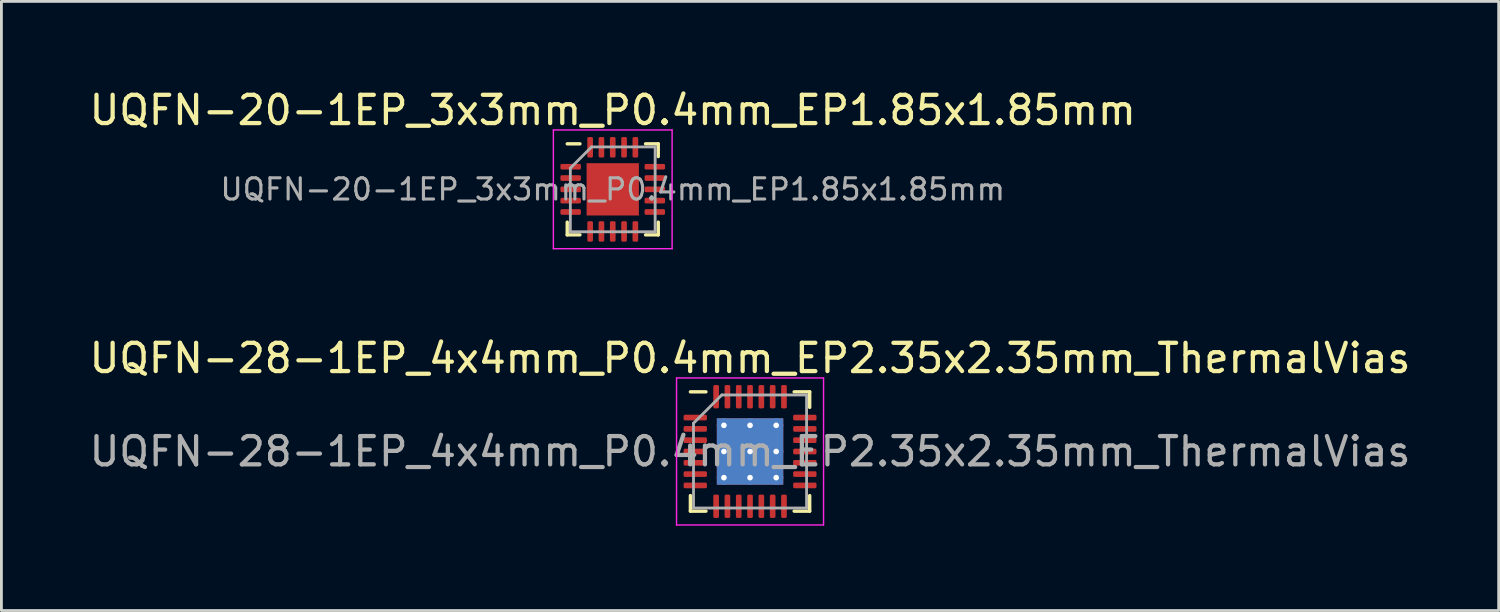
<source format=kicad_pcb>
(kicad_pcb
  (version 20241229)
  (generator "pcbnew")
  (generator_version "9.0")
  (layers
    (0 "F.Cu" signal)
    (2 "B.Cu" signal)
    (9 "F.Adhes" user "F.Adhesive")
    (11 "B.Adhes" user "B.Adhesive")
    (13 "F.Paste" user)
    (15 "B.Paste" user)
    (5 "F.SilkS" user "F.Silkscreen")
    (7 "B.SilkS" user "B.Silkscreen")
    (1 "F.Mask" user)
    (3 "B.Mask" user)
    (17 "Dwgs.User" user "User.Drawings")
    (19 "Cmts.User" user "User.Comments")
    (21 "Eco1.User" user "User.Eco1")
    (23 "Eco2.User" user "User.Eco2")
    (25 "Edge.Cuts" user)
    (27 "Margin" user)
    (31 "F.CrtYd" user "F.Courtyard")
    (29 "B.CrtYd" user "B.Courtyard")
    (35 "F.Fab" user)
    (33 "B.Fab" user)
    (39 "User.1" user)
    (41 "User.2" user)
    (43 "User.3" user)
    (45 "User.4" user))
  (footprint "UQFN-28-1EP_4x4mm_P0.4mm_EP2.35x2.35mm_ThermalVias"
    (layer "F.Cu")
    (at 23.482 12.921)
    (property "Reference" "UQFN-28-1EP_4x4mm_P0.4mm_EP2.35x2.35mm_ThermalVias" (at 0 -3.3 0) (layer "F.SilkS") (effects (font (size 1 1) (thickness 0.15))))
    (attr smd)
    (fp_line (start -2.11 2.11) (end -2.11 1.56) (stroke (width 0.12) (type solid)) (layer "F.SilkS"))
    (fp_line (start -1.56 -2.11) (end -2.11 -2.11) (stroke (width 0.12) (type solid)) (layer "F.SilkS"))
    (fp_line (start -1.56 2.11) (end -2.11 2.11) (stroke (width 0.12) (type solid)) (layer "F.SilkS"))
    (fp_line (start 1.56 -2.11) (end 2.11 -2.11) (stroke (width 0.12) (type solid)) (layer "F.SilkS"))
    (fp_line (start 1.56 2.11) (end 2.11 2.11) (stroke (width 0.12) (type solid)) (layer "F.SilkS"))
    (fp_line (start 2.11 -2.11) (end 2.11 -1.56) (stroke (width 0.12) (type solid)) (layer "F.SilkS"))
    (fp_line (start 2.11 2.11) (end 2.11 1.56) (stroke (width 0.12) (type solid)) (layer "F.SilkS"))
    (fp_line (start -2.6 -2.6) (end -2.6 2.6) (stroke (width 0.05) (type solid)) (layer "F.CrtYd"))
    (fp_line (start -2.6 2.6) (end 2.6 2.6) (stroke (width 0.05) (type solid)) (layer "F.CrtYd"))
    (fp_line (start 2.6 -2.6) (end -2.6 -2.6) (stroke (width 0.05) (type solid)) (layer "F.CrtYd"))
    (fp_line (start 2.6 2.6) (end 2.6 -2.6) (stroke (width 0.05) (type solid)) (layer "F.CrtYd"))
    (fp_line (start -2 -1) (end -1 -2) (stroke (width 0.1) (type solid)) (layer "F.Fab"))
    (fp_line (start -2 2) (end -2 -1) (stroke (width 0.1) (type solid)) (layer "F.Fab"))
    (fp_line (start -1 -2) (end 2 -2) (stroke (width 0.1) (type solid)) (layer "F.Fab"))
    (fp_line (start 2 -2) (end 2 2) (stroke (width 0.1) (type solid)) (layer "F.Fab"))
    (fp_line (start 2 2) (end -2 2) (stroke (width 0.1) (type solid)) (layer "F.Fab"))
    (fp_text user "${REFERENCE}" (at 0 0 0) (layer "F.Fab") (effects (font (size 1 1) (thickness 0.15))))
    (pad "" smd roundrect (at -0.59 -0.59) (size 0.98 0.98) (layers "F.Paste") (roundrect_rratio 0.25))
    (pad "" smd roundrect (at -0.59 0.59) (size 0.98 0.98) (layers "F.Paste") (roundrect_rratio 0.25))
    (pad "" smd roundrect (at 0.59 -0.59) (size 0.98 0.98) (layers "F.Paste") (roundrect_rratio 0.25))
    (pad "" smd roundrect (at 0.59 0.59) (size 0.98 0.98) (layers "F.Paste") (roundrect_rratio 0.25))
    (pad "1" smd roundrect (at -1.938 -1.2) (size 0.825 0.2) (layers "F.Cu" "F.Mask" "F.Paste") (roundrect_rratio 0.25))
    (pad "2" smd roundrect (at -1.938 -0.8) (size 0.825 0.2) (layers "F.Cu" "F.Mask" "F.Paste") (roundrect_rratio 0.25))
    (pad "3" smd roundrect (at -1.938 -0.4) (size 0.825 0.2) (layers "F.Cu" "F.Mask" "F.Paste") (roundrect_rratio 0.25))
    (pad "4" smd roundrect (at -1.938 0) (size 0.825 0.2) (layers "F.Cu" "F.Mask" "F.Paste") (roundrect_rratio 0.25))
    (pad "5" smd roundrect (at -1.938 0.4) (size 0.825 0.2) (layers "F.Cu" "F.Mask" "F.Paste") (roundrect_rratio 0.25))
    (pad "6" smd roundrect (at -1.938 0.8) (size 0.825 0.2) (layers "F.Cu" "F.Mask" "F.Paste") (roundrect_rratio 0.25))
    (pad "7" smd roundrect (at -1.938 1.2) (size 0.825 0.2) (layers "F.Cu" "F.Mask" "F.Paste") (roundrect_rratio 0.25))
    (pad "8" smd roundrect (at -1.2 1.938) (size 0.2 0.825) (layers "F.Cu" "F.Mask" "F.Paste") (roundrect_rratio 0.25))
    (pad "9" smd roundrect (at -0.8 1.938) (size 0.2 0.825) (layers "F.Cu" "F.Mask" "F.Paste") (roundrect_rratio 0.25))
    (pad "10" smd roundrect (at -0.4 1.938) (size 0.2 0.825) (layers "F.Cu" "F.Mask" "F.Paste") (roundrect_rratio 0.25))
    (pad "11" smd roundrect (at 0 1.938) (size 0.2 0.825) (layers "F.Cu" "F.Mask" "F.Paste") (roundrect_rratio 0.25))
    (pad "12" smd roundrect (at 0.4 1.938) (size 0.2 0.825) (layers "F.Cu" "F.Mask" "F.Paste") (roundrect_rratio 0.25))
    (pad "13" smd roundrect (at 0.8 1.938) (size 0.2 0.825) (layers "F.Cu" "F.Mask" "F.Paste") (roundrect_rratio 0.25))
    (pad "14" smd roundrect (at 1.2 1.938) (size 0.2 0.825) (layers "F.Cu" "F.Mask" "F.Paste") (roundrect_rratio 0.25))
    (pad "15" smd roundrect (at 1.938 1.2) (size 0.825 0.2) (layers "F.Cu" "F.Mask" "F.Paste") (roundrect_rratio 0.25))
    (pad "16" smd roundrect (at 1.938 0.8) (size 0.825 0.2) (layers "F.Cu" "F.Mask" "F.Paste") (roundrect_rratio 0.25))
    (pad "17" smd roundrect (at 1.938 0.4) (size 0.825 0.2) (layers "F.Cu" "F.Mask" "F.Paste") (roundrect_rratio 0.25))
    (pad "18" smd roundrect (at 1.938 0) (size 0.825 0.2) (layers "F.Cu" "F.Mask" "F.Paste") (roundrect_rratio 0.25))
    (pad "19" smd roundrect (at 1.938 -0.4) (size 0.825 0.2) (layers "F.Cu" "F.Mask" "F.Paste") (roundrect_rratio 0.25))
    (pad "20" smd roundrect (at 1.938 -0.8) (size 0.825 0.2) (layers "F.Cu" "F.Mask" "F.Paste") (roundrect_rratio 0.25))
    (pad "21" smd roundrect (at 1.938 -1.2) (size 0.825 0.2) (layers "F.Cu" "F.Mask" "F.Paste") (roundrect_rratio 0.25))
    (pad "22" smd roundrect (at 1.2 -1.938) (size 0.2 0.825) (layers "F.Cu" "F.Mask" "F.Paste") (roundrect_rratio 0.25))
    (pad "23" smd roundrect (at 0.8 -1.938) (size 0.2 0.825) (layers "F.Cu" "F.Mask" "F.Paste") (roundrect_rratio 0.25))
    (pad "24" smd roundrect (at 0.4 -1.938) (size 0.2 0.825) (layers "F.Cu" "F.Mask" "F.Paste") (roundrect_rratio 0.25))
    (pad "25" smd roundrect (at 0 -1.938) (size 0.2 0.825) (layers "F.Cu" "F.Mask" "F.Paste") (roundrect_rratio 0.25))
    (pad "26" smd roundrect (at -0.4 -1.938) (size 0.2 0.825) (layers "F.Cu" "F.Mask" "F.Paste") (roundrect_rratio 0.25))
    (pad "27" smd roundrect (at -0.8 -1.938) (size 0.2 0.825) (layers "F.Cu" "F.Mask" "F.Paste") (roundrect_rratio 0.25))
    (pad "28" smd roundrect (at -1.2 -1.938) (size 0.2 0.825) (layers "F.Cu" "F.Mask" "F.Paste") (roundrect_rratio 0.25))
    (pad "29" thru_hole circle (at -0.925 -0.925) (size 0.5 0.5) (drill 0.2) (layers "*.Cu"))
    (pad "29" thru_hole circle (at -0.925 0) (size 0.5 0.5) (drill 0.2) (layers "*.Cu"))
    (pad "29" thru_hole circle (at -0.925 0.925) (size 0.5 0.5) (drill 0.2) (layers "*.Cu"))
    (pad "29" thru_hole circle (at 0 -0.925) (size 0.5 0.5) (drill 0.2) (layers "*.Cu"))
    (pad "29" thru_hole circle (at 0 0) (size 0.5 0.5) (drill 0.2) (layers "*.Cu"))
    (pad "29" smd rect (at 0 0) (size 2.35 2.35) (layers "F.Cu" "F.Mask"))
    (pad "29" smd rect (at 0 0) (size 2.35 2.35) (layers "B.Cu"))
    (pad "29" thru_hole circle (at 0 0.925) (size 0.5 0.5) (drill 0.2) (layers "*.Cu"))
    (pad "29" thru_hole circle (at 0.925 -0.925) (size 0.5 0.5) (drill 0.2) (layers "*.Cu"))
    (pad "29" thru_hole circle (at 0.925 0) (size 0.5 0.5) (drill 0.2) (layers "*.Cu"))
    (pad "29" thru_hole circle (at 0.925 0.925) (size 0.5 0.5) (drill 0.2) (layers "*.Cu")))
  (footprint "UQFN-20-1EP_3x3mm_P0.4mm_EP1.85x1.85mm"
    (layer "F.Cu")
    (at 18.625 3.648)
    (property "Reference" "UQFN-20-1EP_3x3mm_P0.4mm_EP1.85x1.85mm" (at 0 -2.8 0) (layer "F.SilkS") (effects (font (size 1 1) (thickness 0.15))))
    (attr smd)
    (fp_line (start -1.61 1.61) (end -1.61 1.16) (stroke (width 0.12) (type solid)) (layer "F.SilkS"))
    (fp_line (start -1.16 -1.61) (end -1.61 -1.61) (stroke (width 0.12) (type solid)) (layer "F.SilkS"))
    (fp_line (start -1.16 1.61) (end -1.61 1.61) (stroke (width 0.12) (type solid)) (layer "F.SilkS"))
    (fp_line (start 1.16 -1.61) (end 1.61 -1.61) (stroke (width 0.12) (type solid)) (layer "F.SilkS"))
    (fp_line (start 1.16 1.61) (end 1.61 1.61) (stroke (width 0.12) (type solid)) (layer "F.SilkS"))
    (fp_line (start 1.61 -1.61) (end 1.61 -1.16) (stroke (width 0.12) (type solid)) (layer "F.SilkS"))
    (fp_line (start 1.61 1.61) (end 1.61 1.16) (stroke (width 0.12) (type solid)) (layer "F.SilkS"))
    (fp_line (start -2.1 -2.1) (end -2.1 2.1) (stroke (width 0.05) (type solid)) (layer "F.CrtYd"))
    (fp_line (start -2.1 2.1) (end 2.1 2.1) (stroke (width 0.05) (type solid)) (layer "F.CrtYd"))
    (fp_line (start 2.1 -2.1) (end -2.1 -2.1) (stroke (width 0.05) (type solid)) (layer "F.CrtYd"))
    (fp_line (start 2.1 2.1) (end 2.1 -2.1) (stroke (width 0.05) (type solid)) (layer "F.CrtYd"))
    (fp_line (start -1.5 -0.75) (end -0.75 -1.5) (stroke (width 0.1) (type solid)) (layer "F.Fab"))
    (fp_line (start -1.5 1.5) (end -1.5 -0.75) (stroke (width 0.1) (type solid)) (layer "F.Fab"))
    (fp_line (start -0.75 -1.5) (end 1.5 -1.5) (stroke (width 0.1) (type solid)) (layer "F.Fab"))
    (fp_line (start 1.5 -1.5) (end 1.5 1.5) (stroke (width 0.1) (type solid)) (layer "F.Fab"))
    (fp_line (start 1.5 1.5) (end -1.5 1.5) (stroke (width 0.1) (type solid)) (layer "F.Fab"))
    (fp_text user "${REFERENCE}" (at 0 0 0) (layer "F.Fab") (effects (font (size 0.75 0.75) (thickness 0.11))))
    (pad "" smd roundrect (at -0.46 -0.46) (size 0.75 0.75) (layers "F.Paste") (roundrect_rratio 0.25))
    (pad "" smd roundrect (at -0.46 0.46) (size 0.75 0.75) (layers "F.Paste") (roundrect_rratio 0.25))
    (pad "" smd roundrect (at 0.46 -0.46) (size 0.75 0.75) (layers "F.Paste") (roundrect_rratio 0.25))
    (pad "" smd roundrect (at 0.46 0.46) (size 0.75 0.75) (layers "F.Paste") (roundrect_rratio 0.25))
    (pad "1" smd roundrect (at -1.488 -0.8) (size 0.725 0.2) (layers "F.Cu" "F.Mask" "F.Paste") (roundrect_rratio 0.25))
    (pad "2" smd roundrect (at -1.488 -0.4) (size 0.725 0.2) (layers "F.Cu" "F.Mask" "F.Paste") (roundrect_rratio 0.25))
    (pad "3" smd roundrect (at -1.488 0) (size 0.725 0.2) (layers "F.Cu" "F.Mask" "F.Paste") (roundrect_rratio 0.25))
    (pad "4" smd roundrect (at -1.488 0.4) (size 0.725 0.2) (layers "F.Cu" "F.Mask" "F.Paste") (roundrect_rratio 0.25))
    (pad "5" smd roundrect (at -1.488 0.8) (size 0.725 0.2) (layers "F.Cu" "F.Mask" "F.Paste") (roundrect_rratio 0.25))
    (pad "6" smd roundrect (at -0.8 1.488) (size 0.2 0.725) (layers "F.Cu" "F.Mask" "F.Paste") (roundrect_rratio 0.25))
    (pad "7" smd roundrect (at -0.4 1.488) (size 0.2 0.725) (layers "F.Cu" "F.Mask" "F.Paste") (roundrect_rratio 0.25))
    (pad "8" smd roundrect (at 0 1.488) (size 0.2 0.725) (layers "F.Cu" "F.Mask" "F.Paste") (roundrect_rratio 0.25))
    (pad "9" smd roundrect (at 0.4 1.488) (size 0.2 0.725) (layers "F.Cu" "F.Mask" "F.Paste") (roundrect_rratio 0.25))
    (pad "10" smd roundrect (at 0.8 1.488) (size 0.2 0.725) (layers "F.Cu" "F.Mask" "F.Paste") (roundrect_rratio 0.25))
    (pad "11" smd roundrect (at 1.488 0.8) (size 0.725 0.2) (layers "F.Cu" "F.Mask" "F.Paste") (roundrect_rratio 0.25))
    (pad "12" smd roundrect (at 1.488 0.4) (size 0.725 0.2) (layers "F.Cu" "F.Mask" "F.Paste") (roundrect_rratio 0.25))
    (pad "13" smd roundrect (at 1.488 0) (size 0.725 0.2) (layers "F.Cu" "F.Mask" "F.Paste") (roundrect_rratio 0.25))
    (pad "14" smd roundrect (at 1.488 -0.4) (size 0.725 0.2) (layers "F.Cu" "F.Mask" "F.Paste") (roundrect_rratio 0.25))
    (pad "15" smd roundrect (at 1.488 -0.8) (size 0.725 0.2) (layers "F.Cu" "F.Mask" "F.Paste") (roundrect_rratio 0.25))
    (pad "16" smd roundrect (at 0.8 -1.488) (size 0.2 0.725) (layers "F.Cu" "F.Mask" "F.Paste") (roundrect_rratio 0.25))
    (pad "17" smd roundrect (at 0.4 -1.488) (size 0.2 0.725) (layers "F.Cu" "F.Mask" "F.Paste") (roundrect_rratio 0.25))
    (pad "18" smd roundrect (at 0 -1.488) (size 0.2 0.725) (layers "F.Cu" "F.Mask" "F.Paste") (roundrect_rratio 0.25))
    (pad "19" smd roundrect (at -0.4 -1.488) (size 0.2 0.725) (layers "F.Cu" "F.Mask" "F.Paste") (roundrect_rratio 0.25))
    (pad "20" smd roundrect (at -0.8 -1.488) (size 0.2 0.725) (layers "F.Cu" "F.Mask" "F.Paste") (roundrect_rratio 0.25))
    (pad "21" smd rect (at 0 0) (size 1.85 1.85) (layers "F.Cu" "F.Mask")))
  (gr_rect
    (start -3 -3)
    (end 49.964 18.547)
    (stroke (width 0.1) (type default))
    (fill no)
    (layer "Edge.Cuts")))
</source>
